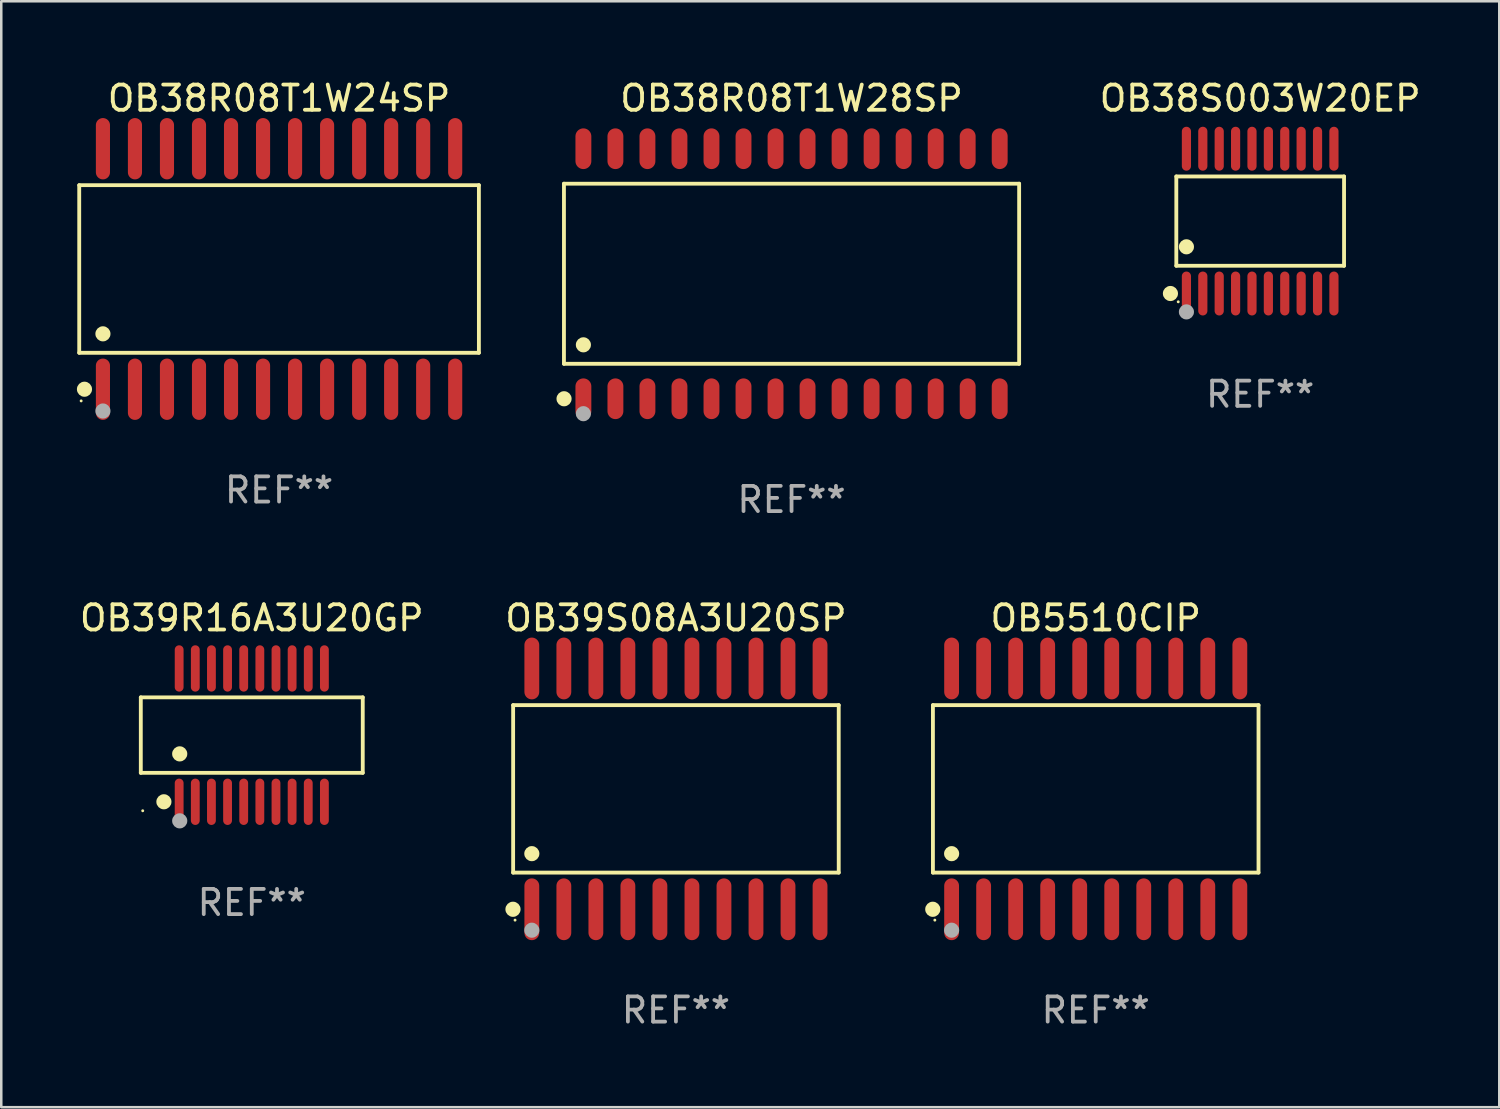
<source format=kicad_pcb>
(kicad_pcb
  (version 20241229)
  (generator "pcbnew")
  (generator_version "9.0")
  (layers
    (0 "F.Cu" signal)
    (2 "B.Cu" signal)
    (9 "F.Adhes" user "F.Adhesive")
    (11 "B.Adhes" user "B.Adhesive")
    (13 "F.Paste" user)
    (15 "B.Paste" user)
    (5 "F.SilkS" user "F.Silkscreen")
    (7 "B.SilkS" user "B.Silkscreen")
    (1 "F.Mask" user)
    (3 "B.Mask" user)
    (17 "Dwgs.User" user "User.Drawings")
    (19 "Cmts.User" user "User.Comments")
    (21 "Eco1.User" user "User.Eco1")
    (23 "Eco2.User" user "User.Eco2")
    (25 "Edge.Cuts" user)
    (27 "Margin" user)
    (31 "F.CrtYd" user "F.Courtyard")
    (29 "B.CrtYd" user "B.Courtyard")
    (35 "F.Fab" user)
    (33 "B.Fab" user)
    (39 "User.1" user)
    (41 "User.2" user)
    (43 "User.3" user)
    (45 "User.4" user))
  (footprint "OB39S08A3U20SP"
    (layer "F.Cu")
    (at 23.756 28.235)
    (property "Reference" "OB39S08A3U20SP" (at 0 -6.775 0) (layer "F.SilkS") (effects (font (size 1 1) (thickness 0.15))))
    (attr through_hole)
    (fp_line (start -6.456 -3.321) (end 6.456 -3.321) (stroke (width 0.152) (type solid)) (layer "F.SilkS"))
    (fp_line (start -6.456 3.321) (end -6.456 -3.321) (stroke (width 0.152) (type solid)) (layer "F.SilkS"))
    (fp_line (start 6.456 -3.321) (end 6.456 3.321) (stroke (width 0.152) (type solid)) (layer "F.SilkS"))
    (fp_line (start 6.456 3.321) (end -6.456 3.321) (stroke (width 0.152) (type solid)) (layer "F.SilkS"))
    (fp_circle (center -6.462 4.775) (end -6.311 4.775) (stroke (width 0.3) (type solid)) (fill no) (layer "F.SilkS"))
    (fp_circle (center -6.38 5.205) (end -6.35 5.205) (stroke (width 0.06) (type solid)) (fill no) (layer "F.SilkS"))
    (fp_circle (center -5.715 2.569) (end -5.565 2.569) (stroke (width 0.3) (type solid)) (fill no) (layer "F.SilkS"))
    (fp_circle (center -5.715 5.605) (end -5.565 5.605) (stroke (width 0.3) (type solid)) (fill no) (layer "F.Fab"))
    (fp_text user "REF**" (at 0 8.775 0) (layer "F.Fab") (effects (font (size 1 1) (thickness 0.15))))
    (pad "1" smd oval (at -5.715 4.775) (size 0.588 2.45) (layers "F.Cu" "F.Mask" "F.Paste"))
    (pad "2" smd oval (at -4.445 4.775) (size 0.588 2.45) (layers "F.Cu" "F.Mask" "F.Paste"))
    (pad "3" smd oval (at -3.175 4.775) (size 0.588 2.45) (layers "F.Cu" "F.Mask" "F.Paste"))
    (pad "4" smd oval (at -1.905 4.775) (size 0.588 2.45) (layers "F.Cu" "F.Mask" "F.Paste"))
    (pad "5" smd oval (at -0.635 4.775) (size 0.588 2.45) (layers "F.Cu" "F.Mask" "F.Paste"))
    (pad "6" smd oval (at 0.635 4.775) (size 0.588 2.45) (layers "F.Cu" "F.Mask" "F.Paste"))
    (pad "7" smd oval (at 1.905 4.775) (size 0.588 2.45) (layers "F.Cu" "F.Mask" "F.Paste"))
    (pad "8" smd oval (at 3.175 4.775) (size 0.588 2.45) (layers "F.Cu" "F.Mask" "F.Paste"))
    (pad "9" smd oval (at 4.445 4.775) (size 0.588 2.45) (layers "F.Cu" "F.Mask" "F.Paste"))
    (pad "10" smd oval (at 5.715 4.775) (size 0.588 2.45) (layers "F.Cu" "F.Mask" "F.Paste"))
    (pad "11" smd oval (at 5.715 -4.775) (size 0.588 2.45) (layers "F.Cu" "F.Mask" "F.Paste"))
    (pad "12" smd oval (at 4.445 -4.775) (size 0.588 2.45) (layers "F.Cu" "F.Mask" "F.Paste"))
    (pad "13" smd oval (at 3.175 -4.775) (size 0.588 2.45) (layers "F.Cu" "F.Mask" "F.Paste"))
    (pad "14" smd oval (at 1.905 -4.775) (size 0.588 2.45) (layers "F.Cu" "F.Mask" "F.Paste"))
    (pad "15" smd oval (at 0.635 -4.775) (size 0.588 2.45) (layers "F.Cu" "F.Mask" "F.Paste"))
    (pad "16" smd oval (at -0.635 -4.775) (size 0.588 2.45) (layers "F.Cu" "F.Mask" "F.Paste"))
    (pad "17" smd oval (at -1.905 -4.775) (size 0.588 2.45) (layers "F.Cu" "F.Mask" "F.Paste"))
    (pad "18" smd oval (at -3.175 -4.775) (size 0.588 2.45) (layers "F.Cu" "F.Mask" "F.Paste"))
    (pad "19" smd oval (at -4.445 -4.775) (size 0.588 2.45) (layers "F.Cu" "F.Mask" "F.Paste"))
    (pad "20" smd oval (at -5.715 -4.775) (size 0.588 2.45) (layers "F.Cu" "F.Mask" "F.Paste")))
  (footprint "OB38R08T1W24SP"
    (layer "F.Cu")
    (at 8.017 7.617)
    (property "Reference" "OB38R08T1W24SP" (at 0 -6.769 0) (layer "F.SilkS") (effects (font (size 1 1) (thickness 0.15))))
    (attr through_hole)
    (fp_line (start -7.925 -3.324) (end 7.925 -3.324) (stroke (width 0.152) (type solid)) (layer "F.SilkS"))
    (fp_line (start -7.925 3.324) (end -7.925 -3.324) (stroke (width 0.152) (type solid)) (layer "F.SilkS"))
    (fp_line (start 7.925 -3.324) (end 7.925 3.324) (stroke (width 0.152) (type solid)) (layer "F.SilkS"))
    (fp_line (start 7.925 3.324) (end -7.925 3.324) (stroke (width 0.152) (type solid)) (layer "F.SilkS"))
    (fp_circle (center -7.849 5.232) (end -7.819 5.232) (stroke (width 0.06) (type solid)) (fill no) (layer "F.SilkS"))
    (fp_circle (center -7.717 4.769) (end -7.567 4.769) (stroke (width 0.3) (type solid)) (fill no) (layer "F.SilkS"))
    (fp_circle (center -6.985 2.572) (end -6.835 2.572) (stroke (width 0.3) (type solid)) (fill no) (layer "F.SilkS"))
    (fp_circle (center -6.985 5.632) (end -6.835 5.632) (stroke (width 0.3) (type solid)) (fill no) (layer "F.Fab"))
    (fp_text user "REF**" (at 0 8.769 0) (layer "F.Fab") (effects (font (size 1 1) (thickness 0.15))))
    (pad "1" smd oval (at -6.985 4.769) (size 0.56 2.432) (layers "F.Cu" "F.Mask" "F.Paste"))
    (pad "2" smd oval (at -5.715 4.769) (size 0.56 2.432) (layers "F.Cu" "F.Mask" "F.Paste"))
    (pad "3" smd oval (at -4.445 4.769) (size 0.56 2.432) (layers "F.Cu" "F.Mask" "F.Paste"))
    (pad "4" smd oval (at -3.175 4.769) (size 0.56 2.432) (layers "F.Cu" "F.Mask" "F.Paste"))
    (pad "5" smd oval (at -1.905 4.769) (size 0.56 2.432) (layers "F.Cu" "F.Mask" "F.Paste"))
    (pad "6" smd oval (at -0.635 4.769) (size 0.56 2.432) (layers "F.Cu" "F.Mask" "F.Paste"))
    (pad "7" smd oval (at 0.635 4.769) (size 0.56 2.432) (layers "F.Cu" "F.Mask" "F.Paste"))
    (pad "8" smd oval (at 1.905 4.769) (size 0.56 2.432) (layers "F.Cu" "F.Mask" "F.Paste"))
    (pad "9" smd oval (at 3.175 4.769) (size 0.56 2.432) (layers "F.Cu" "F.Mask" "F.Paste"))
    (pad "10" smd oval (at 4.445 4.769) (size 0.56 2.432) (layers "F.Cu" "F.Mask" "F.Paste"))
    (pad "11" smd oval (at 5.715 4.769) (size 0.56 2.432) (layers "F.Cu" "F.Mask" "F.Paste"))
    (pad "12" smd oval (at 6.985 4.769) (size 0.56 2.432) (layers "F.Cu" "F.Mask" "F.Paste"))
    (pad "13" smd oval (at 6.985 -4.769) (size 0.56 2.432) (layers "F.Cu" "F.Mask" "F.Paste"))
    (pad "14" smd oval (at 5.715 -4.769) (size 0.56 2.432) (layers "F.Cu" "F.Mask" "F.Paste"))
    (pad "15" smd oval (at 4.445 -4.769) (size 0.56 2.432) (layers "F.Cu" "F.Mask" "F.Paste"))
    (pad "16" smd oval (at 3.175 -4.769) (size 0.56 2.432) (layers "F.Cu" "F.Mask" "F.Paste"))
    (pad "17" smd oval (at 1.905 -4.769) (size 0.56 2.432) (layers "F.Cu" "F.Mask" "F.Paste"))
    (pad "18" smd oval (at 0.635 -4.769) (size 0.56 2.432) (layers "F.Cu" "F.Mask" "F.Paste"))
    (pad "19" smd oval (at -0.635 -4.769) (size 0.56 2.432) (layers "F.Cu" "F.Mask" "F.Paste"))
    (pad "20" smd oval (at -1.905 -4.769) (size 0.56 2.432) (layers "F.Cu" "F.Mask" "F.Paste"))
    (pad "21" smd oval (at -3.175 -4.769) (size 0.56 2.432) (layers "F.Cu" "F.Mask" "F.Paste"))
    (pad "22" smd oval (at -4.445 -4.769) (size 0.56 2.432) (layers "F.Cu" "F.Mask" "F.Paste"))
    (pad "23" smd oval (at -5.715 -4.769) (size 0.56 2.432) (layers "F.Cu" "F.Mask" "F.Paste"))
    (pad "24" smd oval (at -6.985 -4.769) (size 0.56 2.432) (layers "F.Cu" "F.Mask" "F.Paste")))
  (footprint "OB38R08T1W28SP"
    (layer "F.Cu")
    (at 28.341 7.806)
    (property "Reference" "OB38R08T1W28SP" (at 0 -6.958 0) (layer "F.SilkS") (effects (font (size 1 1) (thickness 0.15))))
    (attr through_hole)
    (fp_line (start -9.026 -3.571) (end 9.026 -3.571) (stroke (width 0.152) (type solid)) (layer "F.SilkS"))
    (fp_line (start -9.026 3.571) (end -9.026 -3.571) (stroke (width 0.152) (type solid)) (layer "F.SilkS"))
    (fp_line (start 9.026 -3.571) (end 9.026 3.571) (stroke (width 0.152) (type solid)) (layer "F.SilkS"))
    (fp_line (start 9.026 3.571) (end -9.026 3.571) (stroke (width 0.152) (type solid)) (layer "F.SilkS"))
    (fp_circle (center -9.022 4.958) (end -8.872 4.958) (stroke (width 0.3) (type solid)) (fill no) (layer "F.SilkS"))
    (fp_circle (center -8.95 5.15) (end -8.92 5.15) (stroke (width 0.06) (type solid)) (fill no) (layer "F.SilkS"))
    (fp_circle (center -8.255 2.819) (end -8.105 2.819) (stroke (width 0.3) (type solid)) (fill no) (layer "F.SilkS"))
    (fp_circle (center -8.255 5.55) (end -8.105 5.55) (stroke (width 0.3) (type solid)) (fill no) (layer "F.Fab"))
    (fp_text user "REF**" (at 0 8.958 0) (layer "F.Fab") (effects (font (size 1 1) (thickness 0.15))))
    (pad "1" smd oval (at -8.255 4.958) (size 0.63 1.615) (layers "F.Cu" "F.Mask" "F.Paste"))
    (pad "2" smd oval (at -6.985 4.958) (size 0.63 1.615) (layers "F.Cu" "F.Mask" "F.Paste"))
    (pad "3" smd oval (at -5.715 4.958) (size 0.63 1.615) (layers "F.Cu" "F.Mask" "F.Paste"))
    (pad "4" smd oval (at -4.445 4.958) (size 0.63 1.615) (layers "F.Cu" "F.Mask" "F.Paste"))
    (pad "5" smd oval (at -3.175 4.958) (size 0.63 1.615) (layers "F.Cu" "F.Mask" "F.Paste"))
    (pad "6" smd oval (at -1.905 4.958) (size 0.63 1.615) (layers "F.Cu" "F.Mask" "F.Paste"))
    (pad "7" smd oval (at -0.635 4.958) (size 0.63 1.615) (layers "F.Cu" "F.Mask" "F.Paste"))
    (pad "8" smd oval (at 0.635 4.958) (size 0.63 1.615) (layers "F.Cu" "F.Mask" "F.Paste"))
    (pad "9" smd oval (at 1.905 4.958) (size 0.63 1.615) (layers "F.Cu" "F.Mask" "F.Paste"))
    (pad "10" smd oval (at 3.175 4.958) (size 0.63 1.615) (layers "F.Cu" "F.Mask" "F.Paste"))
    (pad "11" smd oval (at 4.445 4.958) (size 0.63 1.615) (layers "F.Cu" "F.Mask" "F.Paste"))
    (pad "12" smd oval (at 5.715 4.958) (size 0.63 1.615) (layers "F.Cu" "F.Mask" "F.Paste"))
    (pad "13" smd oval (at 6.985 4.958) (size 0.63 1.615) (layers "F.Cu" "F.Mask" "F.Paste"))
    (pad "14" smd oval (at 8.255 4.958) (size 0.63 1.615) (layers "F.Cu" "F.Mask" "F.Paste"))
    (pad "15" smd oval (at 8.255 -4.958) (size 0.63 1.615) (layers "F.Cu" "F.Mask" "F.Paste"))
    (pad "16" smd oval (at 6.985 -4.958) (size 0.63 1.615) (layers "F.Cu" "F.Mask" "F.Paste"))
    (pad "17" smd oval (at 5.715 -4.958) (size 0.63 1.615) (layers "F.Cu" "F.Mask" "F.Paste"))
    (pad "18" smd oval (at 4.445 -4.958) (size 0.63 1.615) (layers "F.Cu" "F.Mask" "F.Paste"))
    (pad "19" smd oval (at 3.175 -4.958) (size 0.63 1.615) (layers "F.Cu" "F.Mask" "F.Paste"))
    (pad "20" smd oval (at 1.905 -4.958) (size 0.63 1.615) (layers "F.Cu" "F.Mask" "F.Paste"))
    (pad "21" smd oval (at 0.635 -4.958) (size 0.63 1.615) (layers "F.Cu" "F.Mask" "F.Paste"))
    (pad "22" smd oval (at -0.635 -4.958) (size 0.63 1.615) (layers "F.Cu" "F.Mask" "F.Paste"))
    (pad "23" smd oval (at -1.905 -4.958) (size 0.63 1.615) (layers "F.Cu" "F.Mask" "F.Paste"))
    (pad "24" smd oval (at -3.175 -4.958) (size 0.63 1.615) (layers "F.Cu" "F.Mask" "F.Paste"))
    (pad "25" smd oval (at -4.445 -4.958) (size 0.63 1.615) (layers "F.Cu" "F.Mask" "F.Paste"))
    (pad "26" smd oval (at -5.715 -4.958) (size 0.63 1.615) (layers "F.Cu" "F.Mask" "F.Paste"))
    (pad "27" smd oval (at -6.985 -4.958) (size 0.63 1.615) (layers "F.Cu" "F.Mask" "F.Paste"))
    (pad "28" smd oval (at -8.255 -4.958) (size 0.63 1.615) (layers "F.Cu" "F.Mask" "F.Paste")))
  (footprint "OB38S003W20EP"
    (layer "F.Cu")
    (at 46.926 5.719)
    (property "Reference" "OB38S003W20EP" (at 0 -4.871 0) (layer "F.SilkS") (effects (font (size 1 1) (thickness 0.15))))
    (attr through_hole)
    (fp_line (start -3.326 -1.771) (end 3.326 -1.771) (stroke (width 0.152) (type solid)) (layer "F.SilkS"))
    (fp_line (start -3.326 1.771) (end -3.326 -1.771) (stroke (width 0.152) (type solid)) (layer "F.SilkS"))
    (fp_line (start 3.326 -1.771) (end 3.326 1.771) (stroke (width 0.152) (type solid)) (layer "F.SilkS"))
    (fp_line (start 3.326 1.771) (end -3.326 1.771) (stroke (width 0.152) (type solid)) (layer "F.SilkS"))
    (fp_circle (center -3.559 2.871) (end -3.409 2.871) (stroke (width 0.3) (type solid)) (fill no) (layer "F.SilkS"))
    (fp_circle (center -3.25 3.2) (end -3.22 3.2) (stroke (width 0.06) (type solid)) (fill no) (layer "F.SilkS"))
    (fp_circle (center -2.925 1.019) (end -2.775 1.019) (stroke (width 0.3) (type solid)) (fill no) (layer "F.SilkS"))
    (fp_circle (center -2.925 3.6) (end -2.775 3.6) (stroke (width 0.3) (type solid)) (fill no) (layer "F.Fab"))
    (fp_text user "REF**" (at 0 6.871 0) (layer "F.Fab") (effects (font (size 1 1) (thickness 0.15))))
    (pad "1" smd oval (at -2.925 2.871) (size 0.364 1.742) (layers "F.Cu" "F.Mask" "F.Paste"))
    (pad "2" smd oval (at -2.275 2.871) (size 0.364 1.742) (layers "F.Cu" "F.Mask" "F.Paste"))
    (pad "3" smd oval (at -1.625 2.871) (size 0.364 1.742) (layers "F.Cu" "F.Mask" "F.Paste"))
    (pad "4" smd oval (at -0.975 2.871) (size 0.364 1.742) (layers "F.Cu" "F.Mask" "F.Paste"))
    (pad "5" smd oval (at -0.325 2.871) (size 0.364 1.742) (layers "F.Cu" "F.Mask" "F.Paste"))
    (pad "6" smd oval (at 0.325 2.871) (size 0.364 1.742) (layers "F.Cu" "F.Mask" "F.Paste"))
    (pad "7" smd oval (at 0.975 2.871) (size 0.364 1.742) (layers "F.Cu" "F.Mask" "F.Paste"))
    (pad "8" smd oval (at 1.625 2.871) (size 0.364 1.742) (layers "F.Cu" "F.Mask" "F.Paste"))
    (pad "9" smd oval (at 2.275 2.871) (size 0.364 1.742) (layers "F.Cu" "F.Mask" "F.Paste"))
    (pad "10" smd oval (at 2.925 2.871) (size 0.364 1.742) (layers "F.Cu" "F.Mask" "F.Paste"))
    (pad "11" smd oval (at 2.925 -2.871) (size 0.364 1.742) (layers "F.Cu" "F.Mask" "F.Paste"))
    (pad "12" smd oval (at 2.275 -2.871) (size 0.364 1.742) (layers "F.Cu" "F.Mask" "F.Paste"))
    (pad "13" smd oval (at 1.625 -2.871) (size 0.364 1.742) (layers "F.Cu" "F.Mask" "F.Paste"))
    (pad "14" smd oval (at 0.975 -2.871) (size 0.364 1.742) (layers "F.Cu" "F.Mask" "F.Paste"))
    (pad "15" smd oval (at 0.325 -2.871) (size 0.364 1.742) (layers "F.Cu" "F.Mask" "F.Paste"))
    (pad "16" smd oval (at -0.325 -2.871) (size 0.364 1.742) (layers "F.Cu" "F.Mask" "F.Paste"))
    (pad "17" smd oval (at -0.975 -2.871) (size 0.364 1.742) (layers "F.Cu" "F.Mask" "F.Paste"))
    (pad "18" smd oval (at -1.625 -2.871) (size 0.364 1.742) (layers "F.Cu" "F.Mask" "F.Paste"))
    (pad "19" smd oval (at -2.275 -2.871) (size 0.364 1.742) (layers "F.Cu" "F.Mask" "F.Paste"))
    (pad "20" smd oval (at -2.925 -2.871) (size 0.364 1.742) (layers "F.Cu" "F.Mask" "F.Paste")))
  (footprint "OB5510CIP"
    (layer "F.Cu")
    (at 40.404 28.235)
    (property "Reference" "OB5510CIP" (at 0 -6.775 0) (layer "F.SilkS") (effects (font (size 1 1) (thickness 0.15))))
    (attr through_hole)
    (fp_line (start -6.456 -3.321) (end 6.456 -3.321) (stroke (width 0.152) (type solid)) (layer "F.SilkS"))
    (fp_line (start -6.456 3.321) (end -6.456 -3.321) (stroke (width 0.152) (type solid)) (layer "F.SilkS"))
    (fp_line (start 6.456 -3.321) (end 6.456 3.321) (stroke (width 0.152) (type solid)) (layer "F.SilkS"))
    (fp_line (start 6.456 3.321) (end -6.456 3.321) (stroke (width 0.152) (type solid)) (layer "F.SilkS"))
    (fp_circle (center -6.462 4.775) (end -6.311 4.775) (stroke (width 0.3) (type solid)) (fill no) (layer "F.SilkS"))
    (fp_circle (center -6.38 5.205) (end -6.35 5.205) (stroke (width 0.06) (type solid)) (fill no) (layer "F.SilkS"))
    (fp_circle (center -5.715 2.569) (end -5.565 2.569) (stroke (width 0.3) (type solid)) (fill no) (layer "F.SilkS"))
    (fp_circle (center -5.715 5.605) (end -5.565 5.605) (stroke (width 0.3) (type solid)) (fill no) (layer "F.Fab"))
    (fp_text user "REF**" (at 0 8.775 0) (layer "F.Fab") (effects (font (size 1 1) (thickness 0.15))))
    (pad "1" smd oval (at -5.715 4.775) (size 0.588 2.45) (layers "F.Cu" "F.Mask" "F.Paste"))
    (pad "2" smd oval (at -4.445 4.775) (size 0.588 2.45) (layers "F.Cu" "F.Mask" "F.Paste"))
    (pad "3" smd oval (at -3.175 4.775) (size 0.588 2.45) (layers "F.Cu" "F.Mask" "F.Paste"))
    (pad "4" smd oval (at -1.905 4.775) (size 0.588 2.45) (layers "F.Cu" "F.Mask" "F.Paste"))
    (pad "5" smd oval (at -0.635 4.775) (size 0.588 2.45) (layers "F.Cu" "F.Mask" "F.Paste"))
    (pad "6" smd oval (at 0.635 4.775) (size 0.588 2.45) (layers "F.Cu" "F.Mask" "F.Paste"))
    (pad "7" smd oval (at 1.905 4.775) (size 0.588 2.45) (layers "F.Cu" "F.Mask" "F.Paste"))
    (pad "8" smd oval (at 3.175 4.775) (size 0.588 2.45) (layers "F.Cu" "F.Mask" "F.Paste"))
    (pad "9" smd oval (at 4.445 4.775) (size 0.588 2.45) (layers "F.Cu" "F.Mask" "F.Paste"))
    (pad "10" smd oval (at 5.715 4.775) (size 0.588 2.45) (layers "F.Cu" "F.Mask" "F.Paste"))
    (pad "11" smd oval (at 5.715 -4.775) (size 0.588 2.45) (layers "F.Cu" "F.Mask" "F.Paste"))
    (pad "12" smd oval (at 4.445 -4.775) (size 0.588 2.45) (layers "F.Cu" "F.Mask" "F.Paste"))
    (pad "13" smd oval (at 3.175 -4.775) (size 0.588 2.45) (layers "F.Cu" "F.Mask" "F.Paste"))
    (pad "14" smd oval (at 1.905 -4.775) (size 0.588 2.45) (layers "F.Cu" "F.Mask" "F.Paste"))
    (pad "15" smd oval (at 0.635 -4.775) (size 0.588 2.45) (layers "F.Cu" "F.Mask" "F.Paste"))
    (pad "16" smd oval (at -0.635 -4.775) (size 0.588 2.45) (layers "F.Cu" "F.Mask" "F.Paste"))
    (pad "17" smd oval (at -1.905 -4.775) (size 0.588 2.45) (layers "F.Cu" "F.Mask" "F.Paste"))
    (pad "18" smd oval (at -3.175 -4.775) (size 0.588 2.45) (layers "F.Cu" "F.Mask" "F.Paste"))
    (pad "19" smd oval (at -4.445 -4.775) (size 0.588 2.45) (layers "F.Cu" "F.Mask" "F.Paste"))
    (pad "20" smd oval (at -5.715 -4.775) (size 0.588 2.45) (layers "F.Cu" "F.Mask" "F.Paste")))
  (footprint "OB39R16A3U20GP"
    (layer "F.Cu")
    (at 6.935 26.103)
    (property "Reference" "OB39R16A3U20GP" (at 0 -4.644 0) (layer "F.SilkS") (effects (font (size 1 1) (thickness 0.15))))
    (attr through_hole)
    (fp_line (start -4.401 -1.497) (end 4.401 -1.497) (stroke (width 0.152) (type solid)) (layer "F.SilkS"))
    (fp_line (start -4.401 1.496) (end -4.401 -1.497) (stroke (width 0.152) (type solid)) (layer "F.SilkS"))
    (fp_line (start 4.401 -1.497) (end 4.401 1.496) (stroke (width 0.152) (type solid)) (layer "F.SilkS"))
    (fp_line (start 4.401 1.496) (end -4.401 1.496) (stroke (width 0.152) (type solid)) (layer "F.SilkS"))
    (fp_circle (center -4.325 3) (end -4.295 3) (stroke (width 0.06) (type solid)) (fill no) (layer "F.SilkS"))
    (fp_circle (center -3.485 2.644) (end -3.335 2.644) (stroke (width 0.3) (type solid)) (fill no) (layer "F.SilkS"))
    (fp_circle (center -2.858 0.744) (end -2.707 0.744) (stroke (width 0.3) (type solid)) (fill no) (layer "F.SilkS"))
    (fp_circle (center -2.858 3.4) (end -2.707 3.4) (stroke (width 0.3) (type solid)) (fill no) (layer "F.Fab"))
    (fp_text user "REF**" (at 0 6.644 0) (layer "F.Fab") (effects (font (size 1 1) (thickness 0.15))))
    (pad "1" smd oval (at -2.88 2.644) (size 0.35 1.837) (layers "F.Cu" "F.Mask" "F.Paste"))
    (pad "2" smd oval (at -2.24 2.644) (size 0.35 1.837) (layers "F.Cu" "F.Mask" "F.Paste"))
    (pad "3" smd oval (at -1.6 2.644) (size 0.35 1.837) (layers "F.Cu" "F.Mask" "F.Paste"))
    (pad "4" smd oval (at -0.96 2.644) (size 0.35 1.837) (layers "F.Cu" "F.Mask" "F.Paste"))
    (pad "5" smd oval (at -0.32 2.644) (size 0.35 1.837) (layers "F.Cu" "F.Mask" "F.Paste"))
    (pad "6" smd oval (at 0.32 2.644) (size 0.35 1.837) (layers "F.Cu" "F.Mask" "F.Paste"))
    (pad "7" smd oval (at 0.96 2.644) (size 0.35 1.837) (layers "F.Cu" "F.Mask" "F.Paste"))
    (pad "8" smd oval (at 1.6 2.644) (size 0.35 1.837) (layers "F.Cu" "F.Mask" "F.Paste"))
    (pad "9" smd oval (at 2.24 2.644) (size 0.35 1.837) (layers "F.Cu" "F.Mask" "F.Paste"))
    (pad "10" smd oval (at 2.88 2.644) (size 0.35 1.837) (layers "F.Cu" "F.Mask" "F.Paste"))
    (pad "11" smd oval (at 2.88 -2.644 180) (size 0.35 1.837) (layers "F.Cu" "F.Mask" "F.Paste"))
    (pad "12" smd oval (at 2.24 -2.644 180) (size 0.35 1.837) (layers "F.Cu" "F.Mask" "F.Paste"))
    (pad "13" smd oval (at 1.6 -2.644 180) (size 0.35 1.837) (layers "F.Cu" "F.Mask" "F.Paste"))
    (pad "14" smd oval (at 0.96 -2.644 180) (size 0.35 1.837) (layers "F.Cu" "F.Mask" "F.Paste"))
    (pad "15" smd oval (at 0.32 -2.644 180) (size 0.35 1.837) (layers "F.Cu" "F.Mask" "F.Paste"))
    (pad "16" smd oval (at -0.32 -2.644 180) (size 0.35 1.837) (layers "F.Cu" "F.Mask" "F.Paste"))
    (pad "17" smd oval (at -0.96 -2.644 180) (size 0.35 1.837) (layers "F.Cu" "F.Mask" "F.Paste"))
    (pad "18" smd oval (at -1.6 -2.644 180) (size 0.35 1.837) (layers "F.Cu" "F.Mask" "F.Paste"))
    (pad "19" smd oval (at -2.24 -2.644 180) (size 0.35 1.837) (layers "F.Cu" "F.Mask" "F.Paste"))
    (pad "20" smd oval (at -2.88 -2.644 180) (size 0.35 1.837) (layers "F.Cu" "F.Mask" "F.Paste")))
  (gr_rect
    (start -3 -3)
    (end 56.408 40.858)
    (stroke (width 0.1) (type default))
    (fill no)
    (layer "Edge.Cuts")))
</source>
